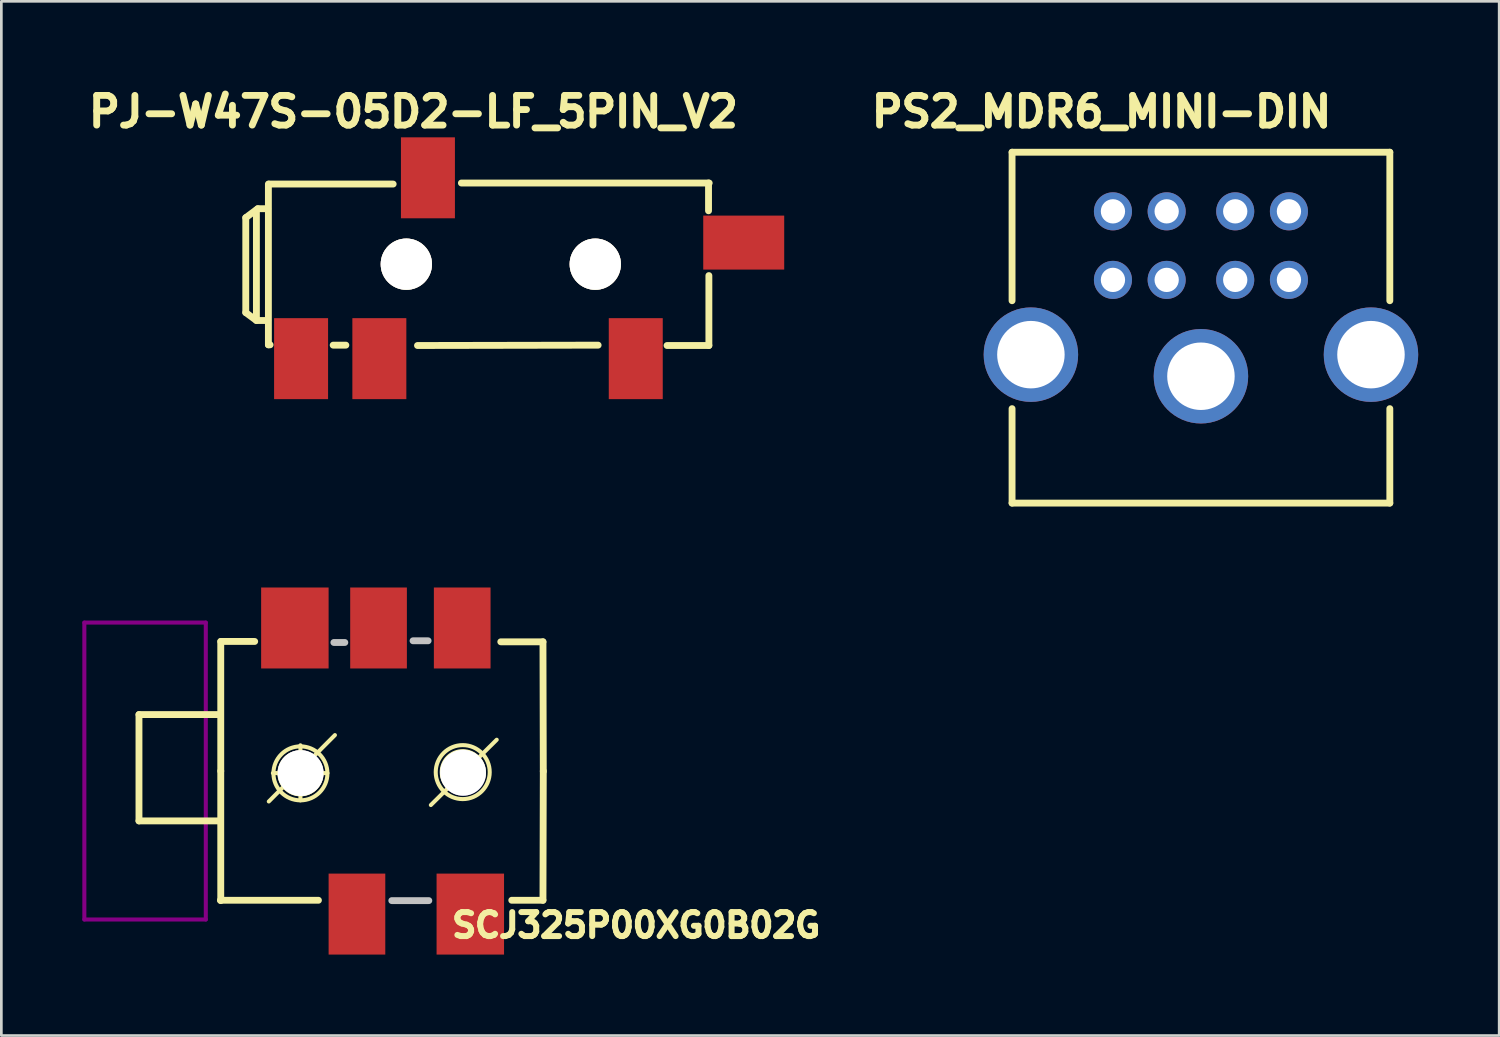
<source format=kicad_pcb>
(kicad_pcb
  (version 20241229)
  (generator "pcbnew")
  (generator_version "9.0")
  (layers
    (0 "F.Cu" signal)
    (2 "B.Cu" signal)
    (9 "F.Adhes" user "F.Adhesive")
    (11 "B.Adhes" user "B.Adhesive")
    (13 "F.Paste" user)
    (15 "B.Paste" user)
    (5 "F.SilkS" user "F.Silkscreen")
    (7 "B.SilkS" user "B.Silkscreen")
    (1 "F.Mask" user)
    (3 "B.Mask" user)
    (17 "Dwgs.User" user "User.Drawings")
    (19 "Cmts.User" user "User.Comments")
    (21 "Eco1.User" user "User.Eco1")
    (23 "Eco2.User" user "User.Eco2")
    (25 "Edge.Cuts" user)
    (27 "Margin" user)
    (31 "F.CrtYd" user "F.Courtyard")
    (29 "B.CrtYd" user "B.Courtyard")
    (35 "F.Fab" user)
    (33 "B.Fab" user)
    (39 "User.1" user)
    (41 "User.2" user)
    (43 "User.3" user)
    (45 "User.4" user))
  (footprint "PJ-W47S-05D2-LF_5PIN_V2"
    (layer "F.Cu")
    (at 6.005 9.738)
    (property "Reference" "PJ-W47S-05D2-LF_5PIN_V2" (at 6.261 -8.649 0) (layer "F.SilkS") (effects (font (size 1.1 1.1) (thickness 0.254))))
    (attr smd)
    (fp_line (start 0.051 -4.724) (end 0.051 -1.206) (stroke (width 0.254) (type solid)) (layer "F.SilkS"))
    (fp_line (start 0.051 -1.206) (end 0.445 -0.914) (stroke (width 0.254) (type solid)) (layer "F.SilkS"))
    (fp_line (start 0.445 -5.004) (end 0.445 -1.003) (stroke (width 0.254) (type solid)) (layer "F.SilkS"))
    (fp_line (start 0.445 -0.914) (end 0.864 -0.914) (stroke (width 0.254) (type solid)) (layer "F.SilkS"))
    (fp_line (start 0.495 -5.055) (end 0.051 -4.724) (stroke (width 0.254) (type solid)) (layer "F.SilkS"))
    (fp_line (start 0.864 -5.055) (end 0.495 -5.055) (stroke (width 0.254) (type solid)) (layer "F.SilkS"))
    (fp_line (start 0.889 -5.969) (end 0.889 -0.013) (stroke (width 0.254) (type solid)) (layer "F.SilkS"))
    (fp_line (start 0.889 -0.013) (end 0.953 -0.013) (stroke (width 0.254) (type solid)) (layer "F.SilkS"))
    (fp_line (start 0.914 -5.969) (end 5.512 -5.969) (stroke (width 0.254) (type solid)) (layer "F.SilkS"))
    (fp_line (start 3.289 0) (end 3.759 0) (stroke (width 0.254) (type solid)) (layer "F.SilkS"))
    (fp_line (start 6.413 0.013) (end 13.106 0) (stroke (width 0.254) (type solid)) (layer "F.SilkS"))
    (fp_line (start 8.039 -6.007) (end 17.221 -6.007) (stroke (width 0.254) (type solid)) (layer "F.SilkS"))
    (fp_line (start 15.659 0.013) (end 17.209 0.013) (stroke (width 0.254) (type solid)) (layer "F.SilkS"))
    (fp_line (start 17.196 -6.007) (end 17.196 -4.978) (stroke (width 0.254) (type solid)) (layer "F.SilkS"))
    (fp_line (start 17.209 -2.578) (end 17.209 0.013) (stroke (width 0.254) (type solid)) (layer "F.SilkS"))
    (pad "1" smd rect (at 2.1 0.5) (size 2 3) (layers "F.Cu" "F.Mask" "F.Paste"))
    (pad "2" smd rect (at 14.5 0.5) (size 2 3) (layers "F.Cu" "F.Mask" "F.Paste"))
    (pad "3" smd rect (at 6.8 -6.2) (size 2 3) (layers "F.Cu" "F.Mask" "F.Paste"))
    (pad "4" smd rect (at 18.5 -3.8) (size 3 2) (layers "F.Cu" "F.Mask" "F.Paste"))
    (pad "5" smd rect (at 5 0.5) (size 2 3) (layers "F.Cu" "F.Mask" "F.Paste"))
    (pad "6" thru_hole circle (at 6 -3) (size 1.9 1.9) (drill 1.9) (layers "*.Cu" "*.Mask" "F.SilkS"))
    (pad "7" thru_hole circle (at 13 -3) (size 1.9 1.9) (drill 1.9) (layers "*.Cu" "*.Mask" "F.SilkS")))
  (footprint "SCJ325P00XG0B02G"
    (layer "F.Cu")
    (at 8.075 25.517)
    (property "Reference" "SCJ325P00XG0B02G" (at 12.446 5.715 0) (layer "F.SilkS") (effects (font (size 0.889 0.889) (thickness 0.222))))
    (attr smd)
    (fp_line (start -5.976 -2.092) (end -5.976 1.848) (stroke (width 0.254) (type solid)) (layer "F.SilkS"))
    (fp_line (start -5.976 1.848) (end -2.966 1.848) (stroke (width 0.254) (type solid)) (layer "F.SilkS"))
    (fp_line (start -2.966 -2.092) (end -5.976 -2.092) (stroke (width 0.254) (type solid)) (layer "F.SilkS"))
    (fp_line (start -2.959 4.788) (end 0.673 4.788) (stroke (width 0.254) (type solid)) (layer "F.SilkS"))
    (fp_line (start -2.946 -4.801) (end -1.689 -4.801) (stroke (width 0.254) (type solid)) (layer "F.SilkS"))
    (fp_line (start -2.946 0) (end -2.946 -4.801) (stroke (width 0.254) (type solid)) (layer "F.SilkS"))
    (fp_line (start -2.946 0) (end -2.946 4.801) (stroke (width 0.254) (type solid)) (layer "F.SilkS"))
    (fp_line (start -1.166 1.128) (end 1.284 -1.332) (stroke (width 0.15) (type solid)) (layer "F.SilkS"))
    (fp_line (start -1.014 0.076) (end 1.006 0.076) (stroke (width 0.15) (type solid)) (layer "F.SilkS"))
    (fp_line (start 0.006 -0.954) (end 0.006 1.086) (stroke (width 0.15) (type solid)) (layer "F.SilkS"))
    (fp_line (start 4.838 1.26) (end 7.279 -1.16) (stroke (width 0.15) (type solid)) (layer "F.SilkS"))
    (fp_line (start 8.992 -4.788) (end 7.429 -4.788) (stroke (width 0.254) (type solid)) (layer "F.SilkS"))
    (fp_line (start 8.992 4.788) (end 7.836 4.788) (stroke (width 0.254) (type solid)) (layer "F.SilkS"))
    (fp_line (start 9.004 0) (end 8.992 4.788) (stroke (width 0.254) (type solid)) (layer "F.SilkS"))
    (fp_line (start 9.004 0.013) (end 8.992 -4.788) (stroke (width 0.254) (type solid)) (layer "F.SilkS"))
    (fp_circle (center 0.006 0.086) (end 0.576 -0.444) (stroke (width 0.15) (type solid)) (fill no) (layer "F.SilkS"))
    (fp_circle (center 0.006 0.086) (end 1.006 0.096) (stroke (width 0.15) (type solid)) (fill no) (layer "F.SilkS"))
    (fp_circle (center 6.019 0.04) (end 6.588 -0.49) (stroke (width 0.15) (type solid)) (fill no) (layer "F.SilkS"))
    (fp_circle (center 6.019 0.04) (end 7.019 0.05) (stroke (width 0.15) (type solid)) (fill no) (layer "F.SilkS"))
    (fp_line (start -8 -5.5) (end -8 5.5) (stroke (width 0.15) (type solid)) (layer "F.Adhes"))
    (fp_line (start -8 5.5) (end -3.5 5.5) (stroke (width 0.15) (type solid)) (layer "F.Adhes"))
    (fp_line (start -3.5 -5.5) (end -8 -5.5) (stroke (width 0.15) (type solid)) (layer "F.Adhes"))
    (fp_line (start -3.5 5.5) (end -3.5 -5.5) (stroke (width 0.15) (type solid)) (layer "F.Adhes"))
    (fp_line (start 1.245 -4.763) (end 1.651 -4.763) (stroke (width 0.254) (type solid)) (layer "Dwgs.User"))
    (fp_line (start 3.391 4.801) (end 4.763 4.801) (stroke (width 0.254) (type solid)) (layer "Dwgs.User"))
    (fp_line (start 4.178 -4.826) (end 4.737 -4.826) (stroke (width 0.254) (type solid)) (layer "Dwgs.User"))
    (pad "1" smd rect (at 6.3 5.3) (size 2.5 3) (layers "F.Cu" "F.Mask" "F.Paste"))
    (pad "2" smd rect (at -0.2 -5.3) (size 2.5 3) (layers "F.Cu" "F.Mask" "F.Paste"))
    (pad "3" smd rect (at 6 -5.3) (size 2.1 3) (layers "F.Cu" "F.Mask" "F.Paste"))
    (pad "4" smd rect (at 2.9 -5.3) (size 2.1 3) (layers "F.Cu" "F.Mask" "F.Paste"))
    (pad "5" smd rect (at 2.1 5.3) (size 2.1 3) (layers "F.Cu" "F.Mask" "F.Paste"))
    (pad "6" thru_hole circle (at 0.013 0.076) (size 1.7 1.7) (drill 1.7) (layers "*.Cu" "*.Mask"))
    (pad "7" thru_hole circle (at 6.032 0.064) (size 1.7 1.7) (drill 1.7) (layers "*.Cu" "*.Mask")))
  (footprint "PS2_MDR6_MINI-DIN"
    (layer "F.Cu")
    (at 41.445 9.09)
    (property "Reference" "PS2_MDR6_MINI-DIN" (at -3.683 -8.001 0) (layer "F.SilkS") (effects (font (size 1.1 1.1) (thickness 0.254))))
    (attr smd)
    (fp_line (start -6.998 -6.5) (end 6.998 -6.5) (stroke (width 0.254) (type solid)) (layer "F.SilkS"))
    (fp_line (start -6.998 -0.998) (end -6.998 -6.5) (stroke (width 0.254) (type solid)) (layer "F.SilkS"))
    (fp_line (start -6.998 6.5) (end -6.998 3) (stroke (width 0.254) (type solid)) (layer "F.SilkS"))
    (fp_line (start 6.998 -6.5) (end 6.998 -0.998) (stroke (width 0.254) (type solid)) (layer "F.SilkS"))
    (fp_line (start 6.998 3) (end 6.998 6.5) (stroke (width 0.254) (type solid)) (layer "F.SilkS"))
    (fp_line (start 6.998 6.5) (end -6.998 6.5) (stroke (width 0.254) (type solid)) (layer "F.SilkS"))
    (pad "1" thru_hole circle (at 1.27 -1.77) (size 1.41 1.41) (drill 0.9) (layers "*.Cu" "*.Mask"))
    (pad "2" thru_hole circle (at -1.27 -1.77) (size 1.41 1.41) (drill 0.9) (layers "*.Cu" "*.Mask"))
    (pad "3" thru_hole circle (at 3.26 -1.77) (size 1.41 1.41) (drill 0.9) (layers "*.Cu" "*.Mask"))
    (pad "4" thru_hole circle (at -3.26 -1.77) (size 1.41 1.41) (drill 0.9) (layers "*.Cu" "*.Mask"))
    (pad "5" thru_hole circle (at 3.26 -4.31) (size 1.41 1.41) (drill 0.9) (layers "*.Cu" "*.Mask"))
    (pad "6" thru_hole circle (at -3.26 -4.31) (size 1.41 1.41) (drill 0.9) (layers "*.Cu" "*.Mask"))
    (pad "7" thru_hole circle (at -1.27 -4.31) (size 1.41 1.41) (drill 0.9) (layers "*.Cu" "*.Mask"))
    (pad "8" thru_hole circle (at 1.27 -4.31) (size 1.41 1.41) (drill 0.9) (layers "*.Cu" "*.Mask"))
    (pad "9" thru_hole circle (at -6.3 1) (size 3.5 3.5) (drill 2.5) (layers "*.Cu" "*.Mask"))
    (pad "9" thru_hole circle (at 0 1.8) (size 3.5 3.5) (drill 2.5) (layers "*.Cu" "*.Mask"))
    (pad "9" thru_hole circle (at 6.3 1) (size 3.5 3.5) (drill 2.5) (layers "*.Cu" "*.Mask")))
  (gr_rect
    (start -3 -3)
    (end 52.495 35.317)
    (stroke (width 0.1) (type default))
    (fill no)
    (layer "Edge.Cuts")))
</source>
